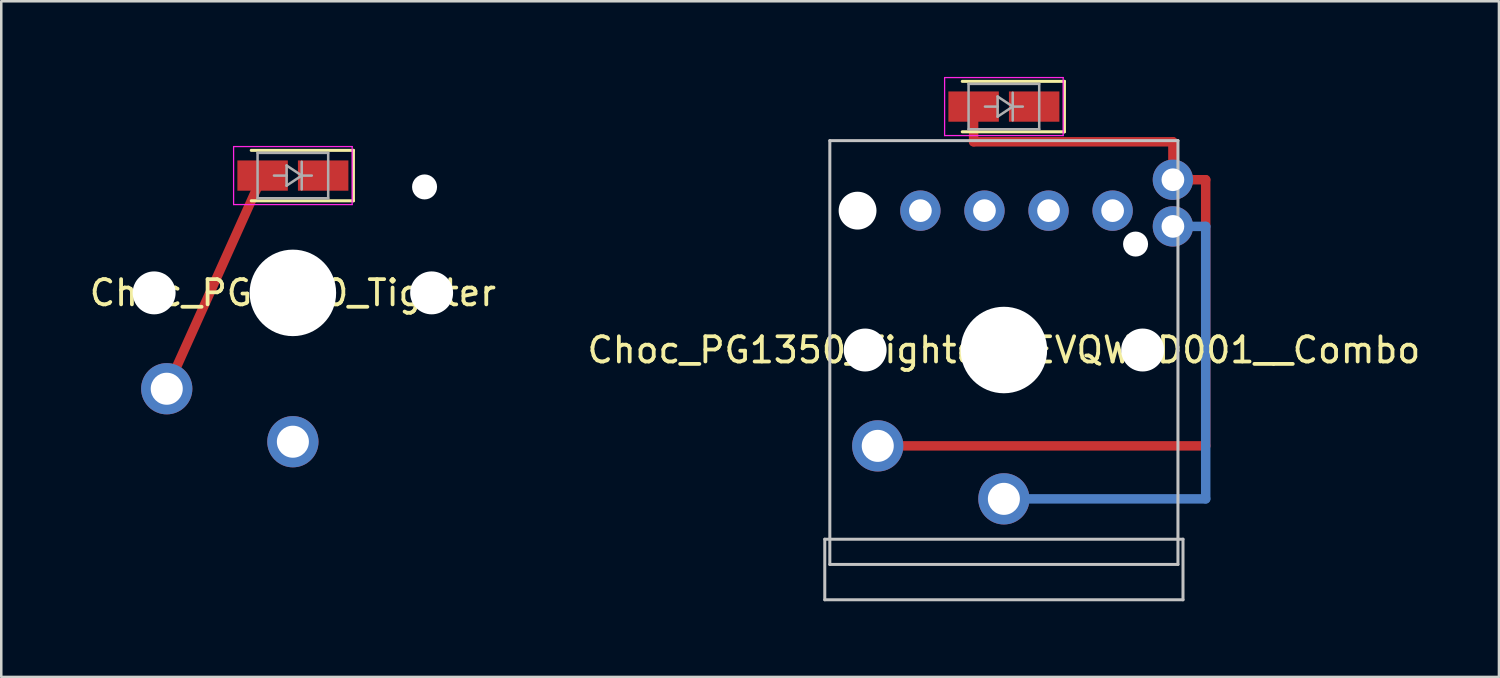
<source format=kicad_pcb>
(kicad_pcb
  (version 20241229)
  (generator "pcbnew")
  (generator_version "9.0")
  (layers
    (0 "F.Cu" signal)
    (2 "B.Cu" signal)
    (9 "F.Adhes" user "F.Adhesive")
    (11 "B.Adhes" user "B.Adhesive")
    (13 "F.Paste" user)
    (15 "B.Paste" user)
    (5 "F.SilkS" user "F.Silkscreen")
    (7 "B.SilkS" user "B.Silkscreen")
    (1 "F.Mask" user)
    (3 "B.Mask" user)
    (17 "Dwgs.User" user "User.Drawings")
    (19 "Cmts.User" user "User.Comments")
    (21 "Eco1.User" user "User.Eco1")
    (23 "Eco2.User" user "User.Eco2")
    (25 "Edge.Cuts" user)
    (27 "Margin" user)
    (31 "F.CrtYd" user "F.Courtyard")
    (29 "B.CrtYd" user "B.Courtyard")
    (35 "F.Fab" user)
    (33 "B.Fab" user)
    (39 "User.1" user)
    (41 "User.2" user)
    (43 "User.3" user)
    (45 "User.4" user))
  (footprint "Choc_PG1350_Tighter__EVQWGD001__Combo"
    (layer "F.Cu")
    (at 36.745 10.825)
    (property "Reference" "Choc_PG1350_Tighter__EVQWGD001__Combo" (at 0 0 0) (layer "F.SilkS") (effects (font (size 1 1) (thickness 0.15))))
    (attr through_hole)
    (fp_line (start -5 3.8) (end 8 3.8) (stroke (width 0.375) (type solid)) (layer "F.Cu"))
    (fp_line (start -1.2 -9.65) (end -1.2 -8.255) (stroke (width 0.375) (type solid)) (layer "F.Cu"))
    (fp_line (start 6.7 -8.255) (end -1.2 -8.255) (stroke (width 0.375) (type solid)) (layer "F.Cu"))
    (fp_line (start 6.7 -8.255) (end 6.7 -6.75) (stroke (width 0.375) (type solid)) (layer "F.Cu"))
    (fp_line (start 6.7 -6.75) (end 8 -6.75) (stroke (width 0.375) (type solid)) (layer "F.Cu"))
    (fp_line (start 8 3.8) (end 8 -6.75) (stroke (width 0.375) (type solid)) (layer "F.Cu"))
    (fp_line (start 0 5.9) (end 8 5.9) (stroke (width 0.375) (type solid)) (layer "B.Cu"))
    (fp_line (start 6.7 -4.9) (end 8 -4.9) (stroke (width 0.375) (type solid)) (layer "B.Cu"))
    (fp_line (start 8 5.9) (end 8 -4.9) (stroke (width 0.375) (type solid)) (layer "B.Cu"))
    (fp_line (start 2.4 -10.65) (end -1.65 -10.65) (stroke (width 0.12) (type solid)) (layer "F.SilkS"))
    (fp_line (start 2.4 -8.65) (end -1.65 -8.65) (stroke (width 0.12) (type solid)) (layer "F.SilkS"))
    (fp_line (start 2.4 -8.65) (end 2.4 -10.65) (stroke (width 0.12) (type solid)) (layer "F.SilkS"))
    (fp_line (start -7.1 7.5) (end -7.1 9.9) (stroke (width 0.12) (type solid)) (layer "Dwgs.User"))
    (fp_line (start -7.1 9.9) (end 7.1 9.9) (stroke (width 0.12) (type solid)) (layer "Dwgs.User"))
    (fp_line (start -6.9 -8.3) (end 6.9 -8.3) (stroke (width 0.12) (type solid)) (layer "Dwgs.User"))
    (fp_line (start -6.9 8.5) (end -6.9 -8.3) (stroke (width 0.12) (type solid)) (layer "Dwgs.User"))
    (fp_line (start 6.9 -8.3) (end 6.9 8.5) (stroke (width 0.12) (type solid)) (layer "Dwgs.User"))
    (fp_line (start 6.9 8.5) (end -6.9 8.5) (stroke (width 0.12) (type solid)) (layer "Dwgs.User"))
    (fp_line (start 7.1 7.5) (end -7.1 7.5) (stroke (width 0.12) (type solid)) (layer "Dwgs.User"))
    (fp_line (start 7.1 9.9) (end 7.1 7.5) (stroke (width 0.12) (type solid)) (layer "Dwgs.User"))
    (fp_line (start -8.5 -8.5) (end 8.5 -8.5) (stroke (width 0.12) (type solid)) (layer "Eco1.User"))
    (fp_line (start -8.5 8.5) (end -8.5 -8.5) (stroke (width 0.12) (type solid)) (layer "Eco1.User"))
    (fp_line (start 8.5 -8.5) (end 8.5 8.5) (stroke (width 0.12) (type solid)) (layer "Eco1.User"))
    (fp_line (start 8.5 8.5) (end -8.5 8.5) (stroke (width 0.12) (type solid)) (layer "Eco1.User"))
    (fp_line (start -7 -8.4) (end -7 7) (stroke (width 0.2) (type solid)) (layer "Eco2.User"))
    (fp_line (start -6.9 6.9) (end -6.9 -6.9) (stroke (width 0.15) (type solid)) (layer "Eco2.User"))
    (fp_line (start -6.9 6.9) (end 6.9 6.9) (stroke (width 0.15) (type solid)) (layer "Eco2.User"))
    (fp_line (start -5 -8.4) (end -7 -8.4) (stroke (width 0.2) (type solid)) (layer "Eco2.User"))
    (fp_line (start -2.6 -3.1) (end -2.6 -6.3) (stroke (width 0.15) (type solid)) (layer "Eco2.User"))
    (fp_line (start -2.6 -3.1) (end 2.6 -3.1) (stroke (width 0.15) (type solid)) (layer "Eco2.User"))
    (fp_line (start 2.6 -6.3) (end -2.6 -6.3) (stroke (width 0.15) (type solid)) (layer "Eco2.User"))
    (fp_line (start 2.6 -3.1) (end 2.6 -6.3) (stroke (width 0.15) (type solid)) (layer "Eco2.User"))
    (fp_line (start 6.9 -6.9) (end -6.9 -6.9) (stroke (width 0.15) (type solid)) (layer "Eco2.User"))
    (fp_line (start 6.9 -6.9) (end 6.9 6.9) (stroke (width 0.15) (type solid)) (layer "Eco2.User"))
    (fp_line (start 7 -8.4) (end 5 -8.4) (stroke (width 0.2) (type solid)) (layer "Eco2.User"))
    (fp_line (start 7 -7.8) (end 7 -8.4) (stroke (width 0.2) (type solid)) (layer "Eco2.User"))
    (fp_line (start 7 7) (end 7 -3.9) (stroke (width 0.2) (type solid)) (layer "Eco2.User"))
    (fp_line (start -2.35 -10.8) (end 2.35 -10.8) (stroke (width 0.05) (type solid)) (layer "F.CrtYd"))
    (fp_line (start -2.35 -8.5) (end -2.35 -10.8) (stroke (width 0.05) (type solid)) (layer "F.CrtYd"))
    (fp_line (start 2.35 -8.5) (end -2.35 -8.5) (stroke (width 0.05) (type solid)) (layer "F.CrtYd"))
    (fp_line (start 2.35 -8.5) (end 2.35 -10.8) (stroke (width 0.05) (type solid)) (layer "F.CrtYd"))
    (fp_line (start -1.4 -10.55) (end 1.4 -10.55) (stroke (width 0.1) (type solid)) (layer "F.Fab"))
    (fp_line (start -1.4 -8.75) (end -1.4 -10.55) (stroke (width 0.1) (type solid)) (layer "F.Fab"))
    (fp_line (start -0.25 -10.05) (end 0.35 -9.65) (stroke (width 0.1) (type solid)) (layer "F.Fab"))
    (fp_line (start -0.25 -9.65) (end -0.75 -9.65) (stroke (width 0.1) (type solid)) (layer "F.Fab"))
    (fp_line (start -0.25 -9.25) (end -0.25 -10.05) (stroke (width 0.1) (type solid)) (layer "F.Fab"))
    (fp_line (start 0.35 -9.65) (end -0.25 -9.25) (stroke (width 0.1) (type solid)) (layer "F.Fab"))
    (fp_line (start 0.35 -9.65) (end 0.35 -10.2) (stroke (width 0.1) (type solid)) (layer "F.Fab"))
    (fp_line (start 0.35 -9.65) (end 0.35 -9.1) (stroke (width 0.1) (type solid)) (layer "F.Fab"))
    (fp_line (start 0.75 -9.65) (end 0.35 -9.65) (stroke (width 0.1) (type solid)) (layer "F.Fab"))
    (fp_line (start 1.4 -10.55) (end 1.4 -8.75) (stroke (width 0.1) (type solid)) (layer "F.Fab"))
    (fp_line (start 1.4 -8.75) (end -1.4 -8.75) (stroke (width 0.1) (type solid)) (layer "F.Fab"))
    (pad "" np_thru_hole circle (at -5.8 -5.525 270) (size 1.5 1.5) (drill 1.5) (layers "*.Cu" "*.Mask"))
    (pad "" np_thru_hole circle (at -5.5 0) (size 1.702 1.702) (drill 1.702) (layers "*.Cu" "*.Mask"))
    (pad "" thru_hole circle (at -5 3.8) (size 2.032 2.032) (drill 1.27) (layers "*.Cu" "*.Mask"))
    (pad "" thru_hole circle (at -3.31 -5.525 270) (size 1.6 1.6) (drill 0.9) (layers "*.Cu" "*.Mask"))
    (pad "" smd rect (at -1.2 -9.65 180) (size 2 1.2) (layers "F.Cu" "F.Mask" "F.Paste"))
    (pad "" np_thru_hole circle (at 0 0) (size 3.429 3.429) (drill 3.429) (layers "*.Cu" "*.Mask"))
    (pad "" np_thru_hole circle (at 5.22 -4.2) (size 0.991 0.991) (drill 0.991) (layers "*.Cu" "*.Mask"))
    (pad "" np_thru_hole circle (at 5.5 0) (size 1.702 1.702) (drill 1.702) (layers "*.Cu" "*.Mask"))
    (pad "" thru_hole circle (at 6.7 -6.75 270) (size 1.6 1.6) (drill 0.9) (layers "*.Cu" "*.Mask"))
    (pad "" thru_hole circle (at 6.7 -4.9 270) (size 1.6 1.6) (drill 0.9) (layers "*.Cu" "*.Mask"))
    (pad "A" thru_hole circle (at 4.31 -5.525 270) (size 1.6 1.6) (drill 0.9) (layers "*.Cu" "*.Mask"))
    (pad "B" thru_hole circle (at 1.77 -5.525 270) (size 1.6 1.6) (drill 0.9) (layers "*.Cu" "*.Mask"))
    (pad "C" thru_hole circle (at -0.77 -5.525 270) (size 1.6 1.6) (drill 0.9) (layers "*.Cu" "*.Mask"))
    (pad "S1" thru_hole circle (at 0 5.9) (size 2.032 2.032) (drill 1.27) (layers "*.Cu" "*.Mask"))
    (pad "S2" smd rect (at 1.2 -9.65 180) (size 2 1.2) (layers "F.Cu" "F.Mask" "F.Paste")))
  (footprint "Choc_PG1350_Tighter"
    (layer "F.Cu")
    (at 8.56 8.56)
    (property "Reference" "Choc_PG1350_Tighter" (at 0 0 0) (layer "F.SilkS") (effects (font (size 1 1) (thickness 0.15))))
    (attr through_hole)
    (fp_line (start -5 3.8) (end -1.2 -4.65) (stroke (width 0.375) (type solid)) (layer "F.Cu"))
    (fp_line (start 2.4 -5.65) (end -1.65 -5.65) (stroke (width 0.12) (type solid)) (layer "F.SilkS"))
    (fp_line (start 2.4 -3.65) (end -1.65 -3.65) (stroke (width 0.12) (type solid)) (layer "F.SilkS"))
    (fp_line (start 2.4 -3.65) (end 2.4 -5.65) (stroke (width 0.12) (type solid)) (layer "F.SilkS"))
    (fp_line (start -8.5 -8.5) (end 8.5 -8.5) (stroke (width 0.12) (type solid)) (layer "Eco1.User"))
    (fp_line (start -8.5 8.5) (end -8.5 -8.5) (stroke (width 0.12) (type solid)) (layer "Eco1.User"))
    (fp_line (start 8.5 -8.5) (end 8.5 8.5) (stroke (width 0.12) (type solid)) (layer "Eco1.User"))
    (fp_line (start 8.5 8.5) (end -8.5 8.5) (stroke (width 0.12) (type solid)) (layer "Eco1.User"))
    (fp_line (start -6.9 6.9) (end -6.9 -6.9) (stroke (width 0.15) (type solid)) (layer "Eco2.User"))
    (fp_line (start -6.9 6.9) (end 6.9 6.9) (stroke (width 0.15) (type solid)) (layer "Eco2.User"))
    (fp_line (start -2.6 -3.1) (end -2.6 -6.3) (stroke (width 0.15) (type solid)) (layer "Eco2.User"))
    (fp_line (start -2.6 -3.1) (end 2.6 -3.1) (stroke (width 0.15) (type solid)) (layer "Eco2.User"))
    (fp_line (start 2.6 -6.3) (end -2.6 -6.3) (stroke (width 0.15) (type solid)) (layer "Eco2.User"))
    (fp_line (start 2.6 -3.1) (end 2.6 -6.3) (stroke (width 0.15) (type solid)) (layer "Eco2.User"))
    (fp_line (start 6.9 -6.9) (end -6.9 -6.9) (stroke (width 0.15) (type solid)) (layer "Eco2.User"))
    (fp_line (start 6.9 -6.9) (end 6.9 6.9) (stroke (width 0.15) (type solid)) (layer "Eco2.User"))
    (fp_line (start -2.35 -5.8) (end 2.35 -5.8) (stroke (width 0.05) (type solid)) (layer "F.CrtYd"))
    (fp_line (start -2.35 -3.5) (end -2.35 -5.8) (stroke (width 0.05) (type solid)) (layer "F.CrtYd"))
    (fp_line (start 2.35 -3.5) (end -2.35 -3.5) (stroke (width 0.05) (type solid)) (layer "F.CrtYd"))
    (fp_line (start 2.35 -3.5) (end 2.35 -5.8) (stroke (width 0.05) (type solid)) (layer "F.CrtYd"))
    (fp_line (start -1.4 -5.55) (end 1.4 -5.55) (stroke (width 0.1) (type solid)) (layer "F.Fab"))
    (fp_line (start -1.4 -3.75) (end -1.4 -5.55) (stroke (width 0.1) (type solid)) (layer "F.Fab"))
    (fp_line (start -0.25 -5.05) (end 0.35 -4.65) (stroke (width 0.1) (type solid)) (layer "F.Fab"))
    (fp_line (start -0.25 -4.65) (end -0.75 -4.65) (stroke (width 0.1) (type solid)) (layer "F.Fab"))
    (fp_line (start -0.25 -4.25) (end -0.25 -5.05) (stroke (width 0.1) (type solid)) (layer "F.Fab"))
    (fp_line (start 0.35 -4.65) (end -0.25 -4.25) (stroke (width 0.1) (type solid)) (layer "F.Fab"))
    (fp_line (start 0.35 -4.65) (end 0.35 -5.2) (stroke (width 0.1) (type solid)) (layer "F.Fab"))
    (fp_line (start 0.35 -4.65) (end 0.35 -4.1) (stroke (width 0.1) (type solid)) (layer "F.Fab"))
    (fp_line (start 0.75 -4.65) (end 0.35 -4.65) (stroke (width 0.1) (type solid)) (layer "F.Fab"))
    (fp_line (start 1.4 -5.55) (end 1.4 -3.75) (stroke (width 0.1) (type solid)) (layer "F.Fab"))
    (fp_line (start 1.4 -3.75) (end -1.4 -3.75) (stroke (width 0.1) (type solid)) (layer "F.Fab"))
    (pad "" np_thru_hole circle (at -5.5 0) (size 1.702 1.702) (drill 1.702) (layers "*.Cu" "*.Mask"))
    (pad "" thru_hole circle (at -5 3.8) (size 2.032 2.032) (drill 1.27) (layers "*.Cu" "*.Mask"))
    (pad "" smd rect (at -1.2 -4.65 180) (size 2 1.2) (layers "F.Cu" "F.Mask" "F.Paste"))
    (pad "" np_thru_hole circle (at 0 0) (size 3.429 3.429) (drill 3.429) (layers "*.Cu" "*.Mask"))
    (pad "" np_thru_hole circle (at 5.22 -4.2) (size 0.991 0.991) (drill 0.991) (layers "*.Cu" "*.Mask"))
    (pad "" np_thru_hole circle (at 5.5 0) (size 1.702 1.702) (drill 1.702) (layers "*.Cu" "*.Mask"))
    (pad "1" thru_hole circle (at 0 5.9) (size 2.032 2.032) (drill 1.27) (layers "*.Cu" "*.Mask"))
    (pad "2" smd rect (at 1.2 -4.65 180) (size 2 1.2) (layers "F.Cu" "F.Mask" "F.Paste")))
  (gr_rect
    (start -3 -3)
    (end 56.37 23.785)
    (stroke (width 0.1) (type default))
    (fill no)
    (layer "Edge.Cuts")))
</source>
